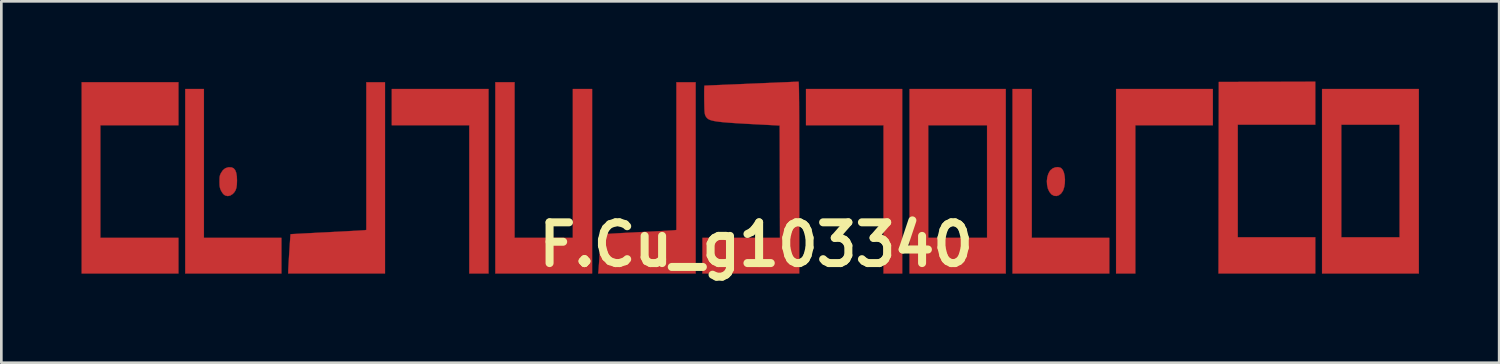
<source format=kicad_pcb>
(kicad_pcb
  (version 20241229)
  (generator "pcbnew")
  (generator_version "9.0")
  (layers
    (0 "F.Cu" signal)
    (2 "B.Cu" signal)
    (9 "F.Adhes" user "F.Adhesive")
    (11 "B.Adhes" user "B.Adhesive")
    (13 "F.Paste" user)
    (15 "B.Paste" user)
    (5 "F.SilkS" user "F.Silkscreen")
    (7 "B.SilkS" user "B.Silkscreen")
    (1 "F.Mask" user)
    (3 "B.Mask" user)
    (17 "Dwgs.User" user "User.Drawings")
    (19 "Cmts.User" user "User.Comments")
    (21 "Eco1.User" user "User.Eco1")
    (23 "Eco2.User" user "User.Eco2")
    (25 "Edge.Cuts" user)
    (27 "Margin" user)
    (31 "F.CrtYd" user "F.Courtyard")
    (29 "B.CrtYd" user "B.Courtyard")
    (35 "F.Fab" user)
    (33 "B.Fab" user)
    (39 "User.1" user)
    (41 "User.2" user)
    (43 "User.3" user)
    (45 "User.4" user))
  (footprint "F.Cu_g103340"
    (layer "F.Cu")
    (at 25.236 6.101)
    (property "Reference" "F.Cu_g103340" (at 0 0 0) (layer "F.SilkS") (effects (font (size 1.524 1.524) (thickness 0.3))))
    (attr through_hole)
    (fp_poly (pts (xy -20.659 -0.254) (xy -17.759 -0.254) (xy -17.759 1.079) (xy -21.357 1.079) (xy -21.357 -5.821) (xy -20.659 -5.821) (xy -20.659 -0.254)) (stroke (width 0.01) (type solid)) (fill yes) (layer "F.Cu"))
    (fp_poly (pts (xy -10.012 1.079) (xy -10.732 1.079) (xy -10.732 -4.466) (xy -13.631 -4.466) (xy -13.631 -5.821) (xy -10.012 -5.821) (xy -10.012 1.079)) (stroke (width 0.01) (type solid)) (fill yes) (layer "F.Cu"))
    (fp_poly (pts (xy 5.461 1.079) (xy 4.763 1.079) (xy 4.763 -4.466) (xy 1.863 -4.466) (xy 1.863 -5.821) (xy 5.461 -5.821) (xy 5.461 1.079)) (stroke (width 0.01) (type solid)) (fill yes) (layer "F.Cu"))
    (fp_poly (pts (xy 10.308 -0.254) (xy 13.208 -0.254) (xy 13.208 1.079) (xy 9.588 1.079) (xy 9.588 -5.821) (xy 10.308 -5.821) (xy 10.308 -0.254)) (stroke (width 0.01) (type solid)) (fill yes) (layer "F.Cu"))
    (fp_poly (pts (xy 17.081 -4.466) (xy 14.182 -4.466) (xy 14.182 1.079) (xy 13.462 1.079) (xy 13.462 -5.821) (xy 17.081 -5.821) (xy 17.081 -4.466)) (stroke (width 0.01) (type solid)) (fill yes) (layer "F.Cu"))
    (fp_poly (pts (xy -21.611 -4.466) (xy -24.532 -4.466) (xy -24.532 -0.254) (xy -21.611 -0.254) (xy -21.611 1.079) (xy -25.231 1.079) (xy -25.231 -6.075) (xy -21.611 -6.075) (xy -21.611 -4.466)) (stroke (width 0.01) (type solid)) (fill yes) (layer "F.Cu"))
    (fp_poly (pts (xy -9.038 -0.254) (xy -6.858 -0.254) (xy -6.858 -5.821) (xy -6.138 -5.821) (xy -6.138 1.079) (xy -9.758 1.079) (xy -9.758 -6.075) (xy -9.038 -6.075) (xy -9.038 -0.254)) (stroke (width 0.01) (type solid)) (fill yes) (layer "F.Cu"))
    (fp_poly (pts (xy 20.913 -4.487) (xy 18.013 -4.487) (xy 18.013 -0.275) (xy 20.913 -0.275) (xy 20.913 1.079) (xy 17.293 1.079) (xy 17.298 -2.503) (xy 17.304 -6.085) (xy 19.108 -6.091) (xy 20.913 -6.096) (xy 20.913 -4.487)) (stroke (width 0.01) (type solid)) (fill yes) (layer "F.Cu"))
    (fp_poly (pts (xy 9.335 1.079) (xy 5.736 1.079) (xy 5.736 -4.466) (xy 6.435 -4.466) (xy 6.435 -0.254) (xy 8.636 -0.254) (xy 8.636 -4.466) (xy 6.435 -4.466) (xy 5.736 -4.466) (xy 5.736 -5.821) (xy 9.335 -5.821) (xy 9.335 1.079)) (stroke (width 0.01) (type solid)) (fill yes) (layer "F.Cu"))
    (fp_poly (pts (xy 24.786 1.079) (xy 21.167 1.079) (xy 21.167 -4.487) (xy 21.886 -4.487) (xy 21.886 -0.275) (xy 24.067 -0.275) (xy 24.067 -4.487) (xy 21.886 -4.487) (xy 21.167 -4.487) (xy 21.167 -5.821) (xy 24.786 -5.821) (xy 24.786 1.079)) (stroke (width 0.01) (type solid)) (fill yes) (layer "F.Cu"))
    (fp_poly (pts (xy 11.377 -2.88) (xy 11.415 -2.857) (xy 11.47 -2.79) (xy 11.511 -2.692) (xy 11.537 -2.572) (xy 11.549 -2.438) (xy 11.545 -2.3) (xy 11.525 -2.166) (xy 11.488 -2.047) (xy 11.471 -2.008) (xy 11.404 -1.911) (xy 11.322 -1.848) (xy 11.232 -1.819) (xy 11.139 -1.828) (xy 11.051 -1.876) (xy 11.04 -1.885) (xy 10.965 -1.978) (xy 10.911 -2.097) (xy 10.881 -2.233) (xy 10.873 -2.378) (xy 10.888 -2.52) (xy 10.927 -2.651) (xy 10.989 -2.762) (xy 11.013 -2.79) (xy 11.095 -2.855) (xy 11.191 -2.892) (xy 11.289 -2.901) (xy 11.377 -2.88)) (stroke (width 0.01) (type solid)) (fill yes) (layer "F.Cu"))
    (fp_poly (pts (xy -19.626 -2.891) (xy -19.547 -2.856) (xy -19.489 -2.788) (xy -19.449 -2.686) (xy -19.427 -2.548) (xy -19.421 -2.402) (xy -19.426 -2.25) (xy -19.442 -2.131) (xy -19.473 -2.036) (xy -19.521 -1.958) (xy -19.58 -1.896) (xy -19.671 -1.837) (xy -19.765 -1.817) (xy -19.856 -1.836) (xy -19.913 -1.873) (xy -19.958 -1.923) (xy -20.003 -1.993) (xy -20.026 -2.037) (xy -20.051 -2.099) (xy -20.066 -2.16) (xy -20.074 -2.234) (xy -20.076 -2.335) (xy -20.076 -2.36) (xy -20.075 -2.462) (xy -20.07 -2.534) (xy -20.059 -2.589) (xy -20.039 -2.64) (xy -20.019 -2.681) (xy -19.947 -2.788) (xy -19.86 -2.857) (xy -19.754 -2.892) (xy -19.725 -2.895) (xy -19.626 -2.891)) (stroke (width 0.01) (type solid)) (fill yes) (layer "F.Cu"))
    (fp_poly (pts (xy -13.885 1.079) (xy -17.505 1.079) (xy -17.504 0.99) (xy -17.503 0.941) (xy -17.499 0.861) (xy -17.493 0.754) (xy -17.486 0.629) (xy -17.478 0.489) (xy -17.469 0.342) (xy -17.459 0.194) (xy -17.45 0.05) (xy -17.441 -0.083) (xy -17.433 -0.199) (xy -17.426 -0.293) (xy -17.421 -0.358) (xy -17.417 -0.388) (xy -17.417 -0.39) (xy -17.395 -0.392) (xy -17.334 -0.396) (xy -17.239 -0.401) (xy -17.111 -0.408) (xy -16.956 -0.416) (xy -16.776 -0.426) (xy -16.575 -0.436) (xy -16.356 -0.448) (xy -16.124 -0.459) (xy -16.044 -0.463) (xy -15.807 -0.476) (xy -15.581 -0.487) (xy -15.37 -0.498) (xy -15.179 -0.509) (xy -15.01 -0.518) (xy -14.868 -0.526) (xy -14.755 -0.533) (xy -14.677 -0.538) (xy -14.636 -0.541) (xy -14.631 -0.542) (xy -14.584 -0.551) (xy -14.584 -6.075) (xy -13.885 -6.075) (xy -13.885 1.079)) (stroke (width 0.01) (type solid)) (fill yes) (layer "F.Cu"))
    (fp_poly (pts (xy -2.265 1.079) (xy -5.91 1.079) (xy -5.897 0.958) (xy -5.893 0.905) (xy -5.887 0.816) (xy -5.879 0.699) (xy -5.87 0.56) (xy -5.861 0.406) (xy -5.851 0.244) (xy -5.851 0.233) (xy -5.841 0.077) (xy -5.832 -0.064) (xy -5.823 -0.186) (xy -5.815 -0.284) (xy -5.808 -0.35) (xy -5.803 -0.382) (xy -5.803 -0.383) (xy -5.78 -0.386) (xy -5.718 -0.391) (xy -5.621 -0.398) (xy -5.493 -0.406) (xy -5.337 -0.415) (xy -5.156 -0.426) (xy -4.955 -0.437) (xy -4.736 -0.448) (xy -4.504 -0.46) (xy -4.434 -0.464) (xy -4.198 -0.476) (xy -3.973 -0.487) (xy -3.763 -0.498) (xy -3.573 -0.508) (xy -3.405 -0.518) (xy -3.264 -0.526) (xy -3.153 -0.532) (xy -3.075 -0.538) (xy -3.036 -0.541) (xy -3.032 -0.541) (xy -2.985 -0.551) (xy -2.985 -6.075) (xy -2.265 -6.075) (xy -2.265 1.079)) (stroke (width 0.01) (type solid)) (fill yes) (layer "F.Cu"))
    (fp_poly (pts (xy 1.586 -6.088) (xy 1.589 -6.065) (xy 1.592 -6.023) (xy 1.594 -5.962) (xy 1.597 -5.88) (xy 1.599 -5.776) (xy 1.601 -5.647) (xy 1.602 -5.493) (xy 1.604 -5.311) (xy 1.605 -5.101) (xy 1.606 -4.859) (xy 1.607 -4.586) (xy 1.607 -4.279) (xy 1.608 -3.936) (xy 1.608 -3.556) (xy 1.609 -3.138) (xy 1.609 -2.68) (xy 1.609 -2.508) (xy 1.609 1.079) (xy -2.011 1.079) (xy -2.011 -0.254) (xy 0.889 -0.254) (xy 0.884 -2.355) (xy 0.878 -4.456) (xy 0.011 -4.501) (xy -0.309 -4.518) (xy -0.588 -4.534) (xy -0.831 -4.549) (xy -1.04 -4.564) (xy -1.218 -4.579) (xy -1.368 -4.594) (xy -1.492 -4.611) (xy -1.594 -4.629) (xy -1.676 -4.649) (xy -1.74 -4.671) (xy -1.791 -4.697) (xy -1.829 -4.726) (xy -1.86 -4.759) (xy -1.884 -4.796) (xy -1.897 -4.821) (xy -1.91 -4.851) (xy -1.919 -4.887) (xy -1.927 -4.935) (xy -1.933 -5.001) (xy -1.937 -5.09) (xy -1.94 -5.209) (xy -1.943 -5.362) (xy -1.944 -5.424) (xy -1.945 -5.568) (xy -1.945 -5.697) (xy -1.944 -5.805) (xy -1.941 -5.886) (xy -1.937 -5.935) (xy -1.933 -5.948) (xy -1.91 -5.949) (xy -1.847 -5.951) (xy -1.749 -5.956) (xy -1.618 -5.961) (xy -1.457 -5.968) (xy -1.269 -5.976) (xy -1.059 -5.985) (xy -0.828 -5.994) (xy -0.58 -6.005) (xy -0.319 -6.016) (xy -0.18 -6.022) (xy 0.088 -6.033) (xy 0.343 -6.044) (xy 0.584 -6.054) (xy 0.806 -6.064) (xy 1.007 -6.072) (xy 1.182 -6.079) (xy 1.33 -6.086) (xy 1.447 -6.09) (xy 1.53 -6.094) (xy 1.575 -6.096) (xy 1.582 -6.096) (xy 1.586 -6.088)) (stroke (width 0.01) (type solid)) (fill yes) (layer "F.Cu")))
  (gr_rect
    (start -3 -3)
    (end 53.027 10.519)
    (stroke (width 0.1) (type default))
    (fill no)
    (layer "Edge.Cuts")))
</source>
